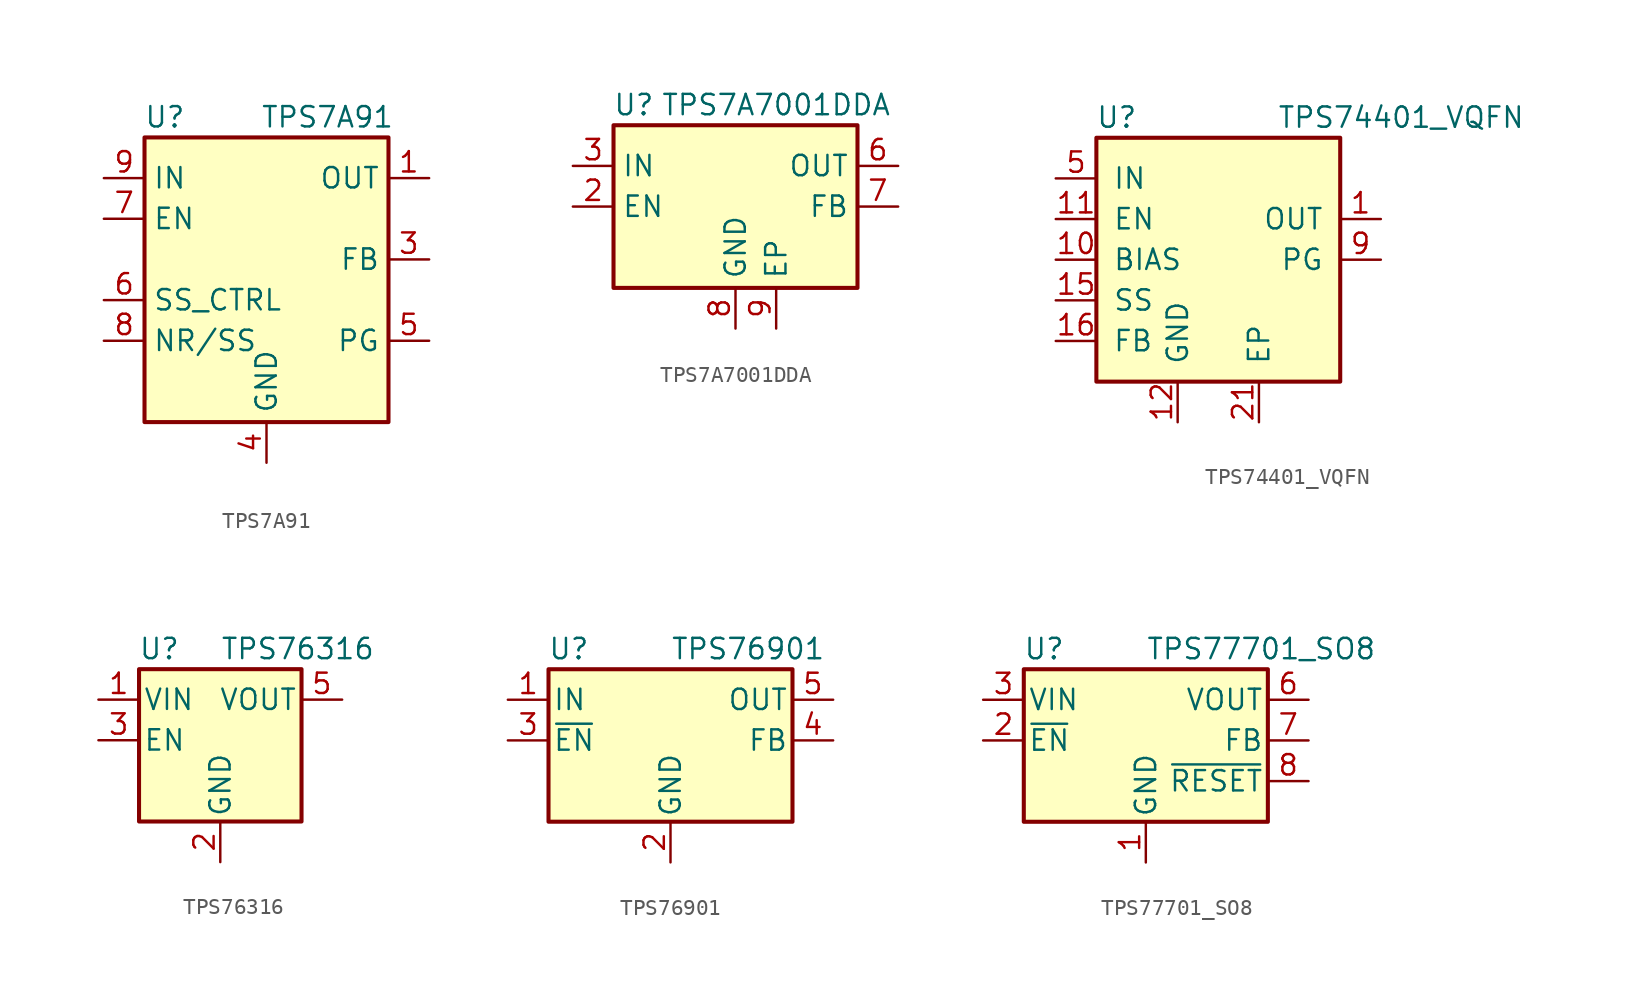
<source format=kicad_sym>
(kicad_symbol_lib
  (version 20211014)
  (generator kicad_symbol_editor)
  (symbol "TPS7A91"
    (property "Reference" "U"
      (at -6.35 11.43 0)
      (effects (font (size 1.27 1.27))))
    (property "Value" "TPS7A91"
      (at 3.81 11.43 0)
      (effects (font (size 1.27 1.27))))
    (symbol "TPS7A91_0_1"
      (rectangle (start -7.62 10.16) (end 7.62 -7.62) (stroke (width 0.254) (type default) (color 0 0 0 0)) (fill (type background))))
    (symbol "TPS7A91_1_1"
      (pin power_out line (at 10.16 7.62 180) (length 2.54) (name "OUT" (effects (font (size 1.27 1.27)))) (number "1" (effects (font (size 1.27 1.27)))))
      (pin passive line (at -10.16 7.62 0) (length 2.54) hide (name "IN" (effects (font (size 1.27 1.27)))) (number "10" (effects (font (size 1.27 1.27)))))
      (pin passive line (at 0 -10.16 90) (length 2.54) hide (name "GND" (effects (font (size 1.27 1.27)))) (number "11" (effects (font (size 1.27 1.27)))))
      (pin passive line (at 10.16 7.62 180) (length 2.54) hide (name "OUT" (effects (font (size 1.27 1.27)))) (number "2" (effects (font (size 1.27 1.27)))))
      (pin input line (at 10.16 2.54 180) (length 2.54) (name "FB" (effects (font (size 1.27 1.27)))) (number "3" (effects (font (size 1.27 1.27)))))
      (pin power_in line (at 0 -10.16 90) (length 2.54) (name "GND" (effects (font (size 1.27 1.27)))) (number "4" (effects (font (size 1.27 1.27)))))
      (pin open_collector line (at 10.16 -2.54 180) (length 2.54) (name "PG" (effects (font (size 1.27 1.27)))) (number "5" (effects (font (size 1.27 1.27)))))
      (pin input line (at -10.16 0 0) (length 2.54) (name "SS_CTRL" (effects (font (size 1.27 1.27)))) (number "6" (effects (font (size 1.27 1.27)))))
      (pin input line (at -10.16 5.08 0) (length 2.54) (name "EN" (effects (font (size 1.27 1.27)))) (number "7" (effects (font (size 1.27 1.27)))))
      (pin passive line (at -10.16 -2.54 0) (length 2.54) (name "NR/SS" (effects (font (size 1.27 1.27)))) (number "8" (effects (font (size 1.27 1.27)))))
      (pin power_in line (at -10.16 7.62 0) (length 2.54) (name "IN" (effects (font (size 1.27 1.27)))) (number "9" (effects (font (size 1.27 1.27)))))))
  (symbol "TPS7A7001DDA"
    (property "Reference" "U"
      (at -6.35 6.35 0)
      (effects (font (size 1.27 1.27))))
    (property "Value" "TPS7A7001DDA"
      (at 2.54 6.35 0)
      (effects (font (size 1.27 1.27))))
    (symbol "TPS7A7001DDA_0_1"
      (rectangle (start -7.62 5.08) (end 7.62 -5.08) (stroke (width 0.254) (type default) (color 0 0 0 0)) (fill (type background))))
    (symbol "TPS7A7001DDA_1_1"
      (pin no_connect line (at -7.62 -2.54 0) (length 2.54) hide (name "NC" (effects (font (size 1.27 1.27)))) (number "1" (effects (font (size 1.27 1.27)))))
      (pin input line (at -10.16 0 0) (length 2.54) (name "EN" (effects (font (size 1.27 1.27)))) (number "2" (effects (font (size 1.27 1.27)))))
      (pin power_in line (at -10.16 2.54 0) (length 2.54) (name "IN" (effects (font (size 1.27 1.27)))) (number "3" (effects (font (size 1.27 1.27)))))
      (pin no_connect line (at 7.62 -2.54 180) (length 2.54) hide (name "NC" (effects (font (size 1.27 1.27)))) (number "4" (effects (font (size 1.27 1.27)))))
      (pin no_connect line (at -2.54 -5.08 90) (length 2.54) hide (name "NC" (effects (font (size 1.27 1.27)))) (number "5" (effects (font (size 1.27 1.27)))))
      (pin power_out line (at 10.16 2.54 180) (length 2.54) (name "OUT" (effects (font (size 1.27 1.27)))) (number "6" (effects (font (size 1.27 1.27)))))
      (pin input line (at 10.16 0 180) (length 2.54) (name "FB" (effects (font (size 1.27 1.27)))) (number "7" (effects (font (size 1.27 1.27)))))
      (pin power_in line (at 0 -7.62 90) (length 2.54) (name "GND" (effects (font (size 1.27 1.27)))) (number "8" (effects (font (size 1.27 1.27)))))
      (pin passive line (at 2.54 -7.62 90) (length 2.54) (name "EP" (effects (font (size 1.27 1.27)))) (number "9" (effects (font (size 1.27 1.27)))))))
  (symbol "TPS74401_VQFN"
    (pin_names
      (offset 1.016))
    (property "Reference" "U"
      (at -6.35 8.89 0)
      (effects (font (size 1.27 1.27))))
    (property "Value" "TPS74401_VQFN"
      (at 11.43 8.89 0)
      (effects (font (size 1.27 1.27))))
    (symbol "TPS74401_VQFN_0_1"
      (rectangle (start -7.62 7.62) (end 7.62 -7.62) (stroke (width 0.254) (type default) (color 0 0 0 0)) (fill (type background))))
    (symbol "TPS74401_VQFN_1_1"
      (pin power_out line (at 10.16 2.54 180) (length 2.54) (name "OUT" (effects (font (size 1.27 1.27)))) (number "1" (effects (font (size 1.27 1.27)))))
      (pin input line (at -10.16 0 0) (length 2.54) (name "BIAS" (effects (font (size 1.27 1.27)))) (number "10" (effects (font (size 1.27 1.27)))))
      (pin input line (at -10.16 2.54 0) (length 2.54) (name "EN" (effects (font (size 1.27 1.27)))) (number "11" (effects (font (size 1.27 1.27)))))
      (pin power_in line (at -2.54 -10.16 90) (length 2.54) (name "GND" (effects (font (size 1.27 1.27)))) (number "12" (effects (font (size 1.27 1.27)))))
      (pin no_connect line (at 0 -10.16 90) (length 2.54) hide (name "NC" (effects (font (size 1.27 1.27)))) (number "13" (effects (font (size 1.27 1.27)))))
      (pin no_connect line (at 10.16 -5.08 180) (length 2.54) hide (name "NC" (effects (font (size 1.27 1.27)))) (number "14" (effects (font (size 1.27 1.27)))))
      (pin input line (at -10.16 -2.54 0) (length 2.54) (name "SS" (effects (font (size 1.27 1.27)))) (number "15" (effects (font (size 1.27 1.27)))))
      (pin input line (at -10.16 -5.08 0) (length 2.54) (name "FB" (effects (font (size 1.27 1.27)))) (number "16" (effects (font (size 1.27 1.27)))))
      (pin no_connect line (at 10.16 -2.54 180) (length 2.54) hide (name "NC" (effects (font (size 1.27 1.27)))) (number "17" (effects (font (size 1.27 1.27)))))
      (pin passive line (at 10.16 2.54 180) (length 2.54) hide (name "OUT" (effects (font (size 1.27 1.27)))) (number "18" (effects (font (size 1.27 1.27)))))
      (pin passive line (at 10.16 2.54 180) (length 2.54) hide (name "OUT" (effects (font (size 1.27 1.27)))) (number "19" (effects (font (size 1.27 1.27)))))
      (pin no_connect line (at -2.54 10.16 270) (length 2.54) hide (name "NC" (effects (font (size 1.27 1.27)))) (number "2" (effects (font (size 1.27 1.27)))))
      (pin passive line (at 10.16 2.54 180) (length 2.54) hide (name "OUT" (effects (font (size 1.27 1.27)))) (number "20" (effects (font (size 1.27 1.27)))))
      (pin power_in line (at 2.54 -10.16 90) (length 2.54) (name "EP" (effects (font (size 1.27 1.27)))) (number "21" (effects (font (size 1.27 1.27)))))
      (pin no_connect line (at 0 10.16 270) (length 2.54) hide (name "NC" (effects (font (size 1.27 1.27)))) (number "3" (effects (font (size 1.27 1.27)))))
      (pin no_connect line (at 2.54 10.16 270) (length 2.54) hide (name "NC" (effects (font (size 1.27 1.27)))) (number "4" (effects (font (size 1.27 1.27)))))
      (pin power_in line (at -10.16 5.08 0) (length 2.54) (name "IN" (effects (font (size 1.27 1.27)))) (number "5" (effects (font (size 1.27 1.27)))))
      (pin passive line (at -10.16 5.08 0) (length 2.54) hide (name "IN" (effects (font (size 1.27 1.27)))) (number "6" (effects (font (size 1.27 1.27)))))
      (pin passive line (at -10.16 5.08 0) (length 2.54) hide (name "IN" (effects (font (size 1.27 1.27)))) (number "7" (effects (font (size 1.27 1.27)))))
      (pin passive line (at -10.16 5.08 0) (length 2.54) hide (name "IN" (effects (font (size 1.27 1.27)))) (number "8" (effects (font (size 1.27 1.27)))))
      (pin output line (at 10.16 0 180) (length 2.54) (name "PG" (effects (font (size 1.27 1.27)))) (number "9" (effects (font (size 1.27 1.27)))))))
  (symbol "TPS76316"
    (pin_names
      (offset 0.254))
    (property "Reference" "U"
      (at -3.81 5.715 0)
      (effects (font (size 1.27 1.27))))
    (property "Value" "TPS76316"
      (at 0 5.715 0)
      (effects (font (size 1.27 1.27)) (justify left)))
    (symbol "TPS76316_0_1"
      (rectangle (start -5.08 4.445) (end 5.08 -5.08) (stroke (width 0.254) (type default) (color 0 0 0 0)) (fill (type background))))
    (symbol "TPS76316_1_1"
      (pin power_in line (at -7.62 2.54 0) (length 2.54) (name "VIN" (effects (font (size 1.27 1.27)))) (number "1" (effects (font (size 1.27 1.27)))))
      (pin power_in line (at 0 -7.62 90) (length 2.54) (name "GND" (effects (font (size 1.27 1.27)))) (number "2" (effects (font (size 1.27 1.27)))))
      (pin input line (at -7.62 0 0) (length 2.54) (name "EN" (effects (font (size 1.27 1.27)))) (number "3" (effects (font (size 1.27 1.27)))))
      (pin no_connect line (at 7.62 0 180) (length 2.54) hide (name "NC" (effects (font (size 1.27 1.27)))) (number "4" (effects (font (size 1.27 1.27)))))
      (pin power_out line (at 7.62 2.54 180) (length 2.54) (name "VOUT" (effects (font (size 1.27 1.27)))) (number "5" (effects (font (size 1.27 1.27)))))))
  (symbol "TPS76901"
    (pin_names
      (offset 0.254))
    (property "Reference" "U"
      (at -6.35 5.715 0)
      (effects (font (size 1.27 1.27))))
    (property "Value" "TPS76901"
      (at 0 5.715 0)
      (effects (font (size 1.27 1.27)) (justify left)))
    (symbol "TPS76901_0_1"
      (rectangle (start -7.62 4.445) (end 7.62 -5.08) (stroke (width 0.254) (type default) (color 0 0 0 0)) (fill (type background))))
    (symbol "TPS76901_1_1"
      (pin power_in line (at -10.16 2.54 0) (length 2.54) (name "IN" (effects (font (size 1.27 1.27)))) (number "1" (effects (font (size 1.27 1.27)))))
      (pin power_in line (at 0 -7.62 90) (length 2.54) (name "GND" (effects (font (size 1.27 1.27)))) (number "2" (effects (font (size 1.27 1.27)))))
      (pin input line (at -10.16 0 0) (length 2.54) (name "~{EN}" (effects (font (size 1.27 1.27)))) (number "3" (effects (font (size 1.27 1.27)))))
      (pin input line (at 10.16 0 180) (length 2.54) (name "FB" (effects (font (size 1.27 1.27)))) (number "4" (effects (font (size 1.27 1.27)))))
      (pin power_out line (at 10.16 2.54 180) (length 2.54) (name "OUT" (effects (font (size 1.27 1.27)))) (number "5" (effects (font (size 1.27 1.27)))))))
  (symbol "TPS77701_SO8"
    (pin_names
      (offset 0.254))
    (property "Reference" "U"
      (at -6.35 5.715 0)
      (effects (font (size 1.27 1.27))))
    (property "Value" "TPS77701_SO8"
      (at 0 5.715 0)
      (effects (font (size 1.27 1.27)) (justify left)))
    (symbol "TPS77701_SO8_0_1"
      (rectangle (start -7.62 4.445) (end 7.62 -5.08) (stroke (width 0.254) (type default) (color 0 0 0 0)) (fill (type background))))
    (symbol "TPS77701_SO8_1_1"
      (pin power_in line (at 0 -7.62 90) (length 2.54) (name "GND" (effects (font (size 1.27 1.27)))) (number "1" (effects (font (size 1.27 1.27)))))
      (pin input line (at -10.16 0 0) (length 2.54) (name "~{EN}" (effects (font (size 1.27 1.27)))) (number "2" (effects (font (size 1.27 1.27)))))
      (pin power_in line (at -10.16 2.54 0) (length 2.54) (name "VIN" (effects (font (size 1.27 1.27)))) (number "3" (effects (font (size 1.27 1.27)))))
      (pin passive line (at -10.16 2.54 0) (length 2.54) hide (name "VIN" (effects (font (size 1.27 1.27)))) (number "4" (effects (font (size 1.27 1.27)))))
      (pin passive line (at 10.16 2.54 180) (length 2.54) hide (name "VOUT" (effects (font (size 1.27 1.27)))) (number "5" (effects (font (size 1.27 1.27)))))
      (pin power_out line (at 10.16 2.54 180) (length 2.54) (name "VOUT" (effects (font (size 1.27 1.27)))) (number "6" (effects (font (size 1.27 1.27)))))
      (pin passive line (at 10.16 0 180) (length 2.54) (name "FB" (effects (font (size 1.27 1.27)))) (number "7" (effects (font (size 1.27 1.27)))))
      (pin open_collector line (at 10.16 -2.54 180) (length 2.54) (name "~{RESET}" (effects (font (size 1.27 1.27)))) (number "8" (effects (font (size 1.27 1.27))))))))
</source>
